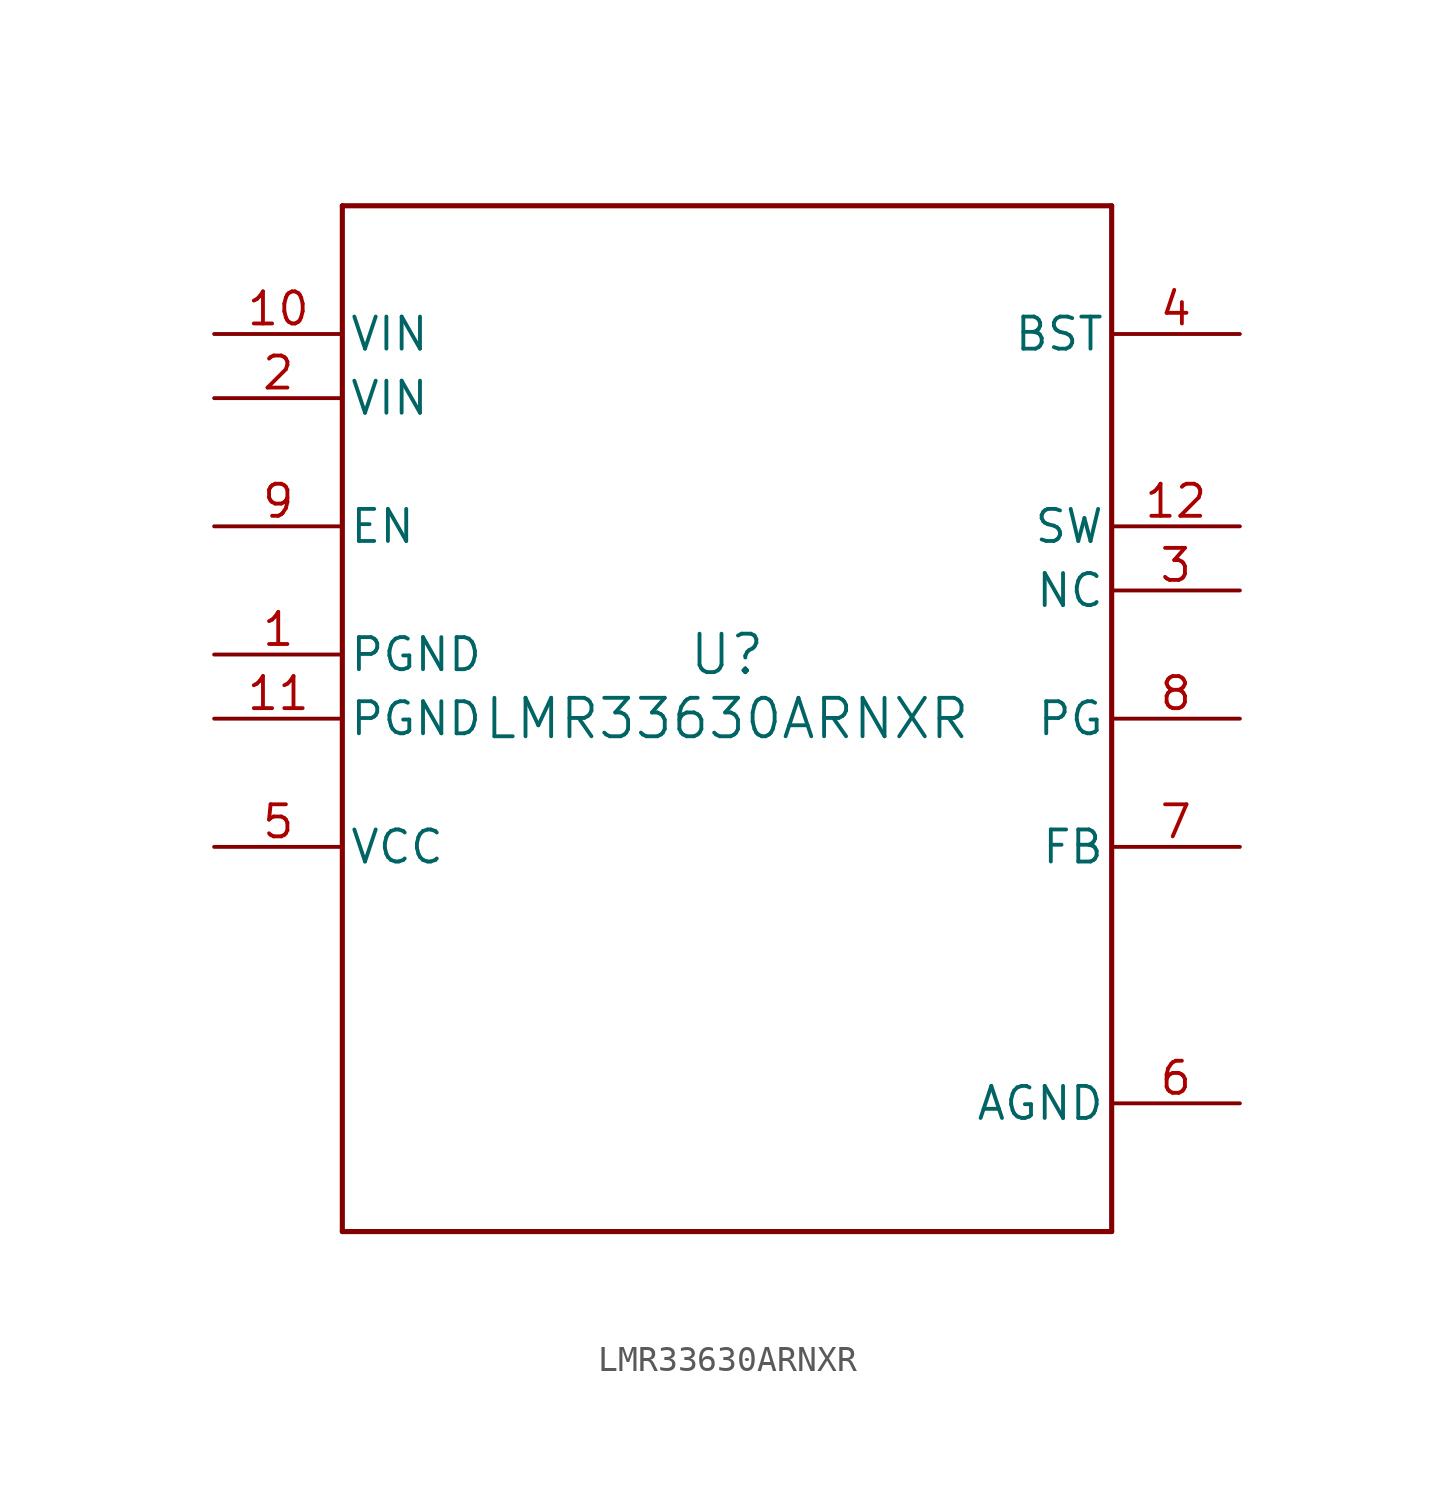
<source format=kicad_sym>
(kicad_symbol_lib
  (version 20211014)
  (generator kicad_symbol_editor)
  (symbol "LMR33630ARNXR"
    (pin_names
      (offset 0.254))
    (property "Reference" "U"
      (at 0 2.54 0)
      (effects (font (size 1.524 1.524))))
    (property "Value" "LMR33630ARNXR"
      (at 0 0 0)
      (effects (font (size 1.524 1.524))))
    (symbol "LMR33630ARNXR_0_1"
      (polyline (pts (xy -15.24 -20.32) (xy 15.24 -20.32)) (stroke (width 0.203) (type default) (color 0 0 0 0)) (fill (type none)))
      (polyline (pts (xy 15.24 -20.32) (xy 15.24 20.32)) (stroke (width 0.203) (type default) (color 0 0 0 0)) (fill (type none)))
      (polyline (pts (xy 15.24 20.32) (xy -15.24 20.32)) (stroke (width 0.203) (type default) (color 0 0 0 0)) (fill (type none)))
      (polyline (pts (xy -15.24 20.32) (xy -15.24 -20.32)) (stroke (width 0.203) (type default) (color 0 0 0 0)) (fill (type none)))
      (pin power_in line (at -20.32 2.54 0) (length 5.08) (name "PGND" (effects (font (size 1.27 1.27)))) (number "1" (effects (font (size 1.27 1.27)))))
      (pin power_in line (at -20.32 12.7 0) (length 5.08) (name "VIN" (effects (font (size 1.27 1.27)))) (number "2" (effects (font (size 1.27 1.27)))))
      (pin unspecified line (at 20.32 5.08 180) (length 5.08) (name "NC" (effects (font (size 1.27 1.27)))) (number "3" (effects (font (size 1.27 1.27)))))
      (pin unspecified line (at 20.32 15.24 180) (length 5.08) (name "BST" (effects (font (size 1.27 1.27)))) (number "4" (effects (font (size 1.27 1.27)))))
      (pin power_in line (at -20.32 -5.08 0) (length 5.08) (name "VCC" (effects (font (size 1.27 1.27)))) (number "5" (effects (font (size 1.27 1.27)))))
      (pin power_in line (at 20.32 -15.24 180) (length 5.08) (name "AGND" (effects (font (size 1.27 1.27)))) (number "6" (effects (font (size 1.27 1.27)))))
      (pin input line (at 20.32 -5.08 180) (length 5.08) (name "FB" (effects (font (size 1.27 1.27)))) (number "7" (effects (font (size 1.27 1.27)))))
      (pin open_collector line (at 20.32 0 180) (length 5.08) (name "PG" (effects (font (size 1.27 1.27)))) (number "8" (effects (font (size 1.27 1.27)))))
      (pin input line (at -20.32 7.62 0) (length 5.08) (name "EN" (effects (font (size 1.27 1.27)))) (number "9" (effects (font (size 1.27 1.27)))))
      (pin power_in line (at -20.32 15.24 0) (length 5.08) (name "VIN" (effects (font (size 1.27 1.27)))) (number "10" (effects (font (size 1.27 1.27)))))
      (pin power_in line (at -20.32 0 0) (length 5.08) (name "PGND" (effects (font (size 1.27 1.27)))) (number "11" (effects (font (size 1.27 1.27)))))
      (pin power_in line (at 20.32 7.62 180) (length 5.08) (name "SW" (effects (font (size 1.27 1.27)))) (number "12" (effects (font (size 1.27 1.27))))))))
</source>
